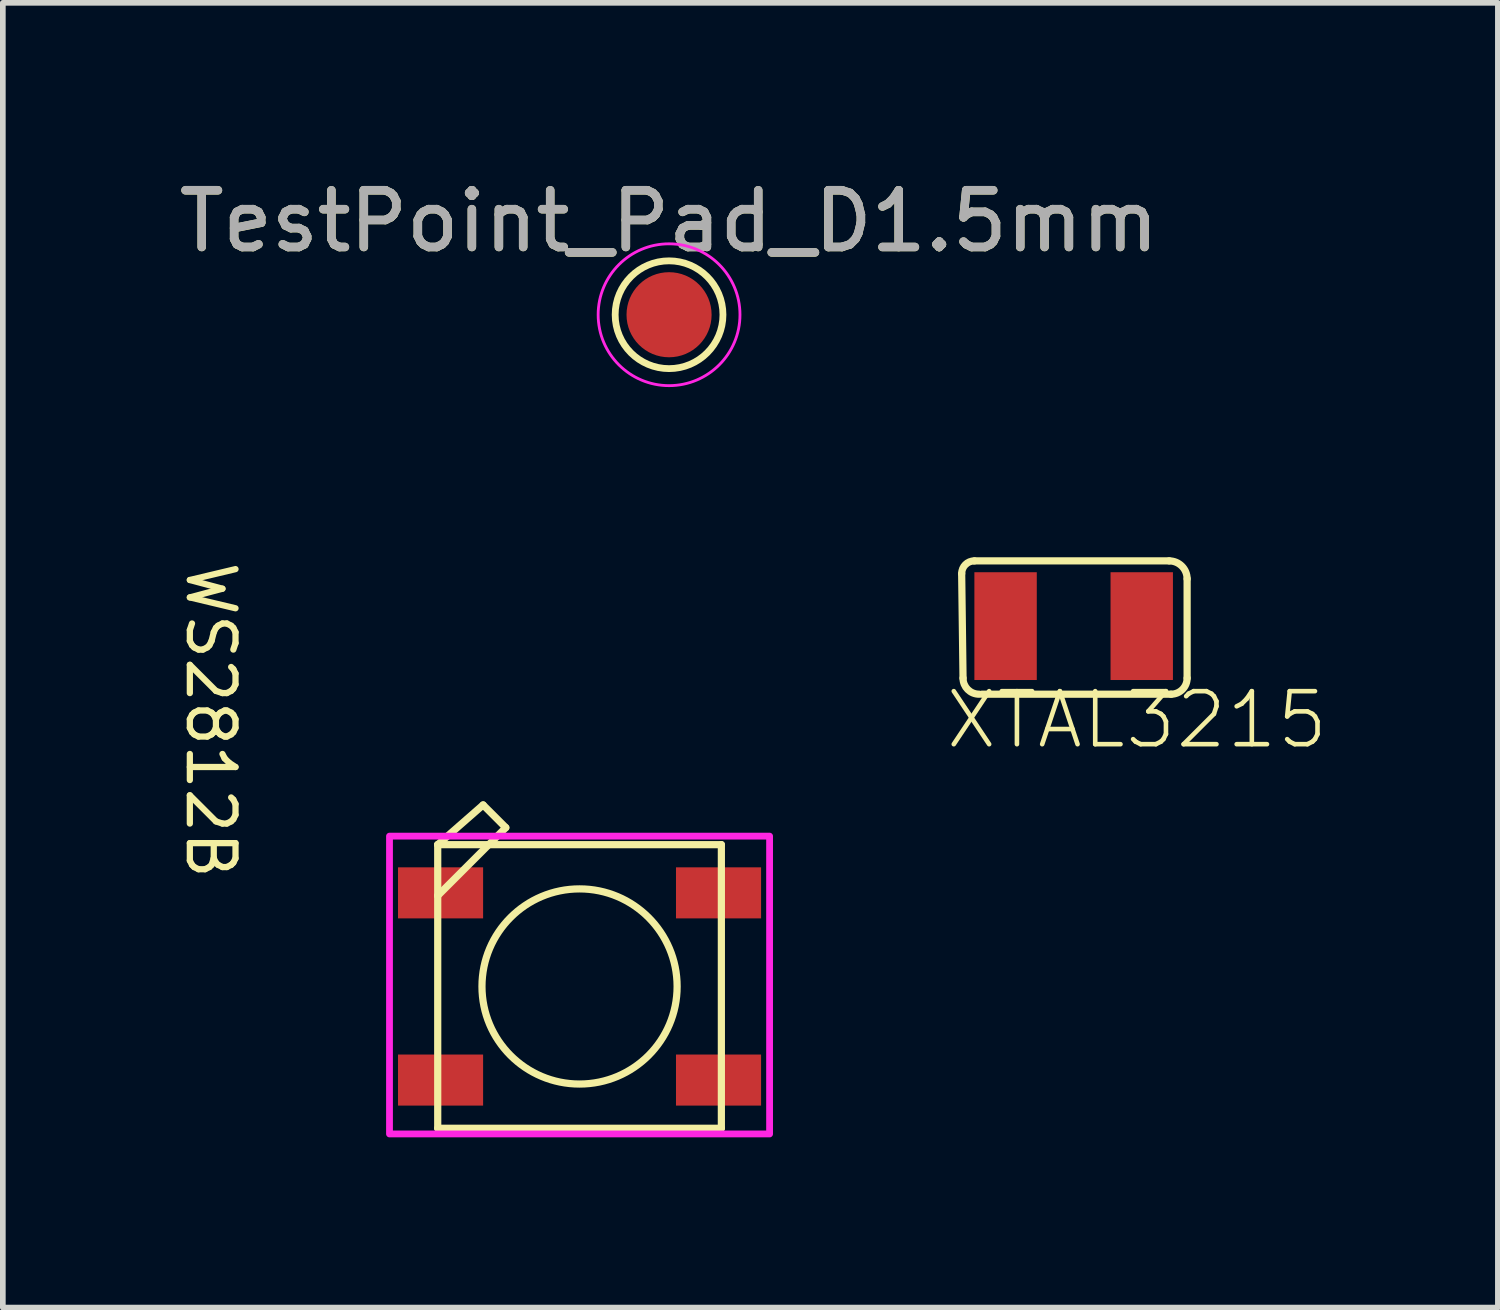
<source format=kicad_pcb>
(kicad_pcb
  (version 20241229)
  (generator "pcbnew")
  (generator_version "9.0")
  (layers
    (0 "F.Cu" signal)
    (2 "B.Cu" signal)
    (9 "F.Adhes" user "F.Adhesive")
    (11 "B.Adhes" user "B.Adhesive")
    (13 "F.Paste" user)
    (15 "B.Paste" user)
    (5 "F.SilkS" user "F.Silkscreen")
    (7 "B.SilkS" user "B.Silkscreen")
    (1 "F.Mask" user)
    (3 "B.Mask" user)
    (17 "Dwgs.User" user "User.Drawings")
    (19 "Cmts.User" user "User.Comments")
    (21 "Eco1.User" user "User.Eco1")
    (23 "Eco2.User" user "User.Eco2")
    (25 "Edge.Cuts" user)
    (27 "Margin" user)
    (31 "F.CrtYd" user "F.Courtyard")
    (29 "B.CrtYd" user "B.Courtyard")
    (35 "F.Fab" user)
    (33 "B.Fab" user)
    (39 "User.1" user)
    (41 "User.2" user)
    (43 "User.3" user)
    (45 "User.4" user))
  (footprint "XTAL3215"
    (layer "F.Cu")
    (at 15.876 7.987)
    (property "Reference" "XTAL3215" (at -2.3 2.2 0) (unlocked yes) (layer "F.SilkS") (effects (font (size 0.935 0.935) (thickness 0.081)) (justify left bottom)))
    (fp_line (start -1.95 0.917) (end -1.974 -0.926) (stroke (width 0.127) (type solid)) (layer "F.SilkS"))
    (fp_line (start -1.75 -1.15) (end 1.684 -1.15) (stroke (width 0.127) (type solid)) (layer "F.SilkS"))
    (fp_line (start 1.717 1.2) (end -1.617 1.2) (stroke (width 0.127) (type solid)) (layer "F.SilkS"))
    (fp_line (start 2 -0.834) (end 2 0.917) (stroke (width 0.127) (type solid)) (layer "F.SilkS"))
    (fp_arc (start -1.9736 -0.9264) (mid -1.908109 -1.084509) (end -1.75 -1.15) (stroke (width 0.127) (type solid)) (layer "F.SilkS"))
    (fp_arc (start -1.6672 1.2) (mid -1.86717 1.11717) (end -1.95 0.9172) (stroke (width 0.127) (type solid)) (layer "F.SilkS"))
    (fp_arc (start 1.6838 -1.15) (mid 1.907387 -1.057387) (end 2 -0.8338) (stroke (width 0.127) (type solid)) (layer "F.SilkS"))
    (fp_arc (start 2 0.9172) (mid 1.91717 1.11717) (end 1.7172 1.2) (stroke (width 0.127) (type solid)) (layer "F.SilkS"))
    (pad "1" smd rect (at -1.2 0 180) (size 1.1 1.9) (layers "F.Cu" "F.Mask" "F.Paste"))
    (pad "2" smd rect (at 1.2 0) (size 1.1 1.9) (layers "F.Cu" "F.Mask" "F.Paste")))
  (footprint "TestPoint_Pad_D1.5mm"
    (layer "F.Cu")
    (at 8.744 2.498)
    (property "Reference" "TestPoint_Pad_D1.5mm" (at 0 -1.648 0) (layer "F.SilkS") (effects (font (size 1 1) (thickness 0.15))))
    (attr exclude_from_pos_files)
    (fp_circle (center 0 0) (end 0 0.95) (stroke (width 0.12) (type solid)) (fill no) (layer "F.SilkS"))
    (fp_circle (center 0 0) (end 1.25 0) (stroke (width 0.05) (type solid)) (fill no) (layer "F.CrtYd"))
    (fp_text user "${REFERENCE}" (at 0 -1.65 0) (layer "F.Fab") (effects (font (size 1 1) (thickness 0.15))))
    (pad "1" smd circle (at 0 0) (size 1.5 1.5) (layers "F.Cu" "F.Mask")))
  (footprint "WS2812B"
    (layer "F.Cu")
    (at 7.166 14.339)
    (property "Reference" "WS2812B" (at -6.032 -1.841 270) (unlocked yes) (layer "F.SilkS") (effects (font (size 0.805 0.805) (thickness 0.11)) (justify right top)))
    (fp_line (start -2.5 -2.5) (end -1.6 -2.5) (stroke (width 0.127) (type solid)) (layer "F.SilkS"))
    (fp_line (start -2.5 -1.6) (end -2.5 -2.5) (stroke (width 0.127) (type solid)) (layer "F.SilkS"))
    (fp_line (start -2.5 -1.6) (end -1.6 -2.5) (stroke (width 0.127) (type solid)) (layer "F.SilkS"))
    (fp_line (start -2.5 2.5) (end -2.5 -1.6) (stroke (width 0.127) (type solid)) (layer "F.SilkS"))
    (fp_line (start -1.7 -3.2) (end -2.5 -2.5) (stroke (width 0.127) (type solid)) (layer "F.SilkS"))
    (fp_line (start -1.6 -2.5) (end -1.3 -2.8) (stroke (width 0.127) (type solid)) (layer "F.SilkS"))
    (fp_line (start -1.6 -2.5) (end 2.5 -2.5) (stroke (width 0.127) (type solid)) (layer "F.SilkS"))
    (fp_line (start -1.3 -2.8) (end -1.7 -3.2) (stroke (width 0.127) (type solid)) (layer "F.SilkS"))
    (fp_line (start 2.5 -2.5) (end 2.5 2.5) (stroke (width 0.127) (type solid)) (layer "F.SilkS"))
    (fp_line (start 2.5 2.5) (end -2.5 2.5) (stroke (width 0.127) (type solid)) (layer "F.SilkS"))
    (fp_circle (center 0 0) (end 1.72 0) (stroke (width 0.127) (type solid)) (fill no) (layer "F.SilkS"))
    (fp_rect (start -3.35 -2.65) (end 3.35 2.6) (stroke (width 0.12) (type default)) (fill no) (layer "F.CrtYd"))
    (pad "1-VDD" smd rect (at 2.45 1.65) (size 1.5 0.9) (layers "F.Cu" "F.Mask" "F.Paste"))
    (pad "2-DOUT" smd rect (at 2.45 -1.65) (size 1.5 0.9) (layers "F.Cu" "F.Mask" "F.Paste"))
    (pad "3-GND" smd rect (at -2.45 -1.65) (size 1.5 0.9) (layers "F.Cu" "F.Mask" "F.Paste"))
    (pad "4-DIN" smd rect (at -2.45 1.65) (size 1.5 0.9) (layers "F.Cu" "F.Mask" "F.Paste")))
  (gr_rect
    (start -3 -3)
    (end 23.354 19.999)
    (stroke (width 0.1) (type default))
    (fill no)
    (layer "Edge.Cuts")))
</source>
